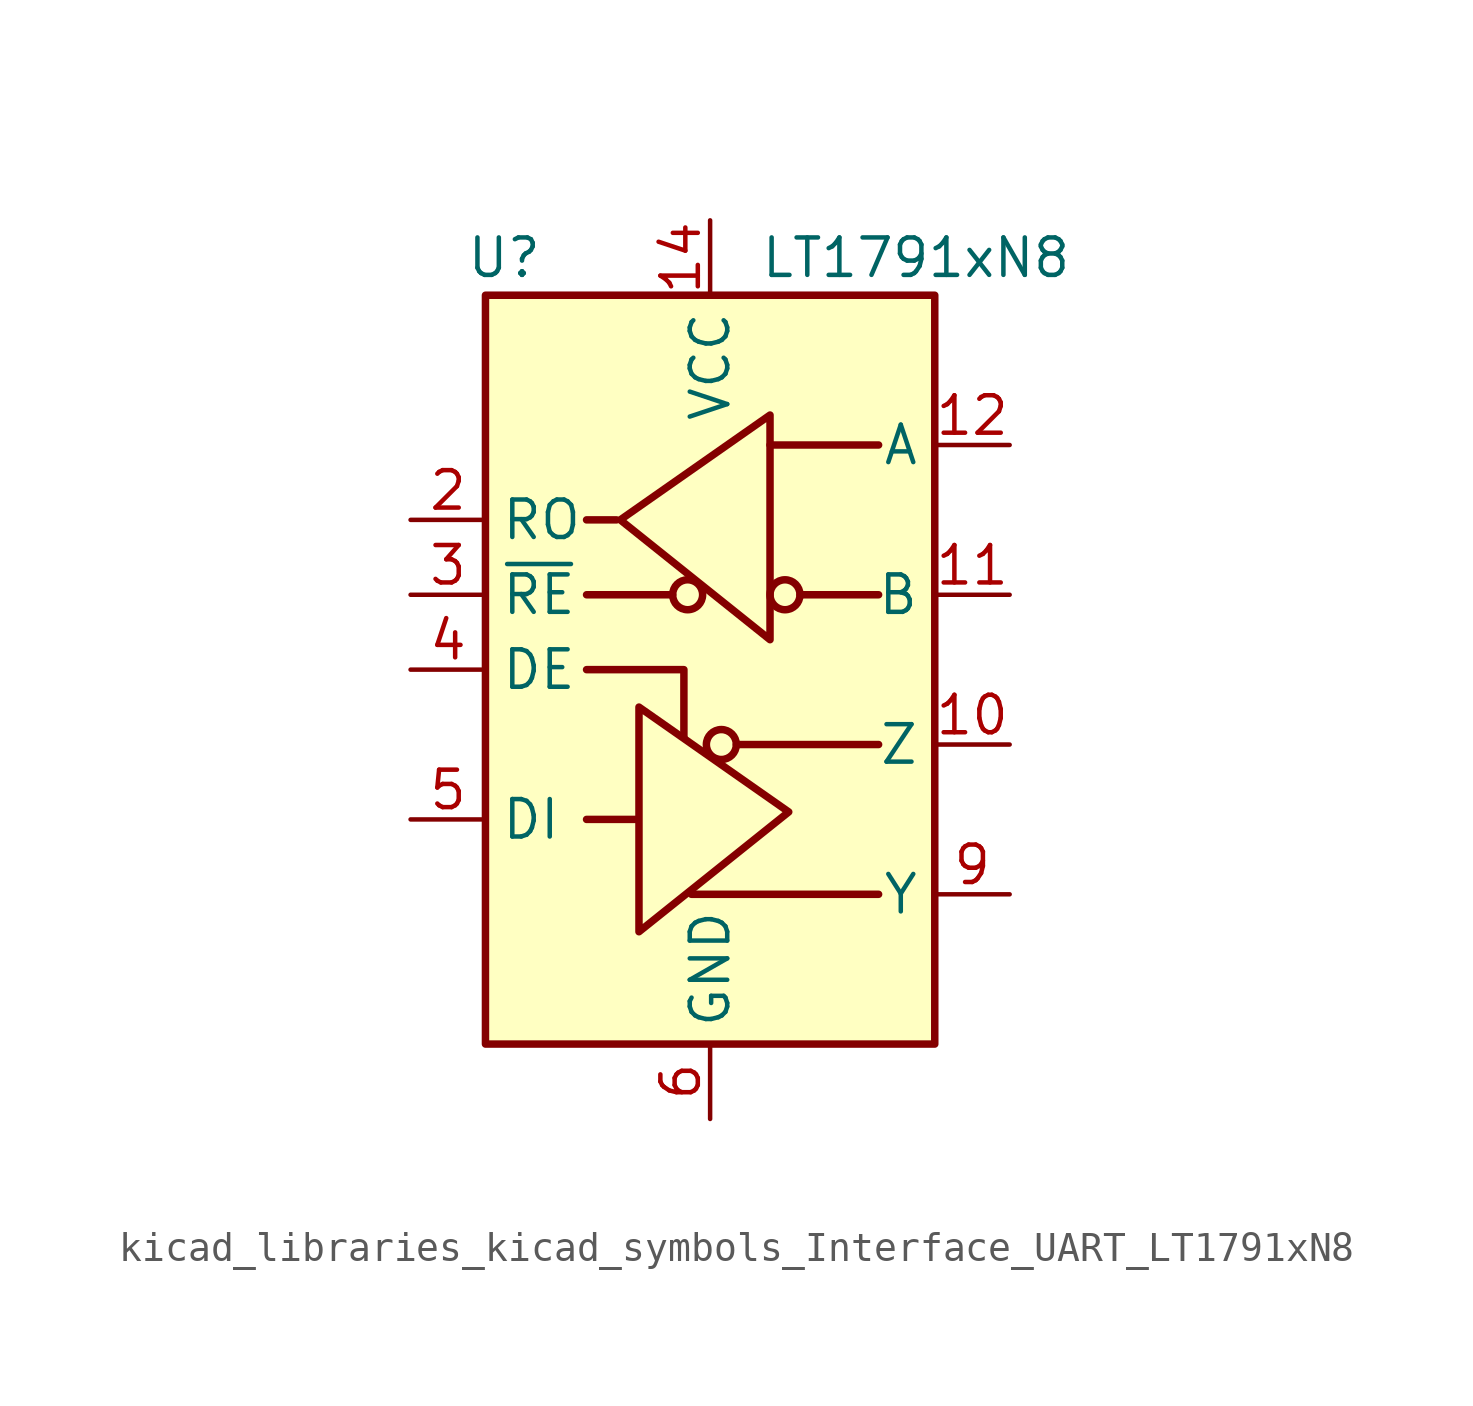
<source format=kicad_sym>
(kicad_symbol_lib
  (version 20220914)
  (generator kicad_symbol_editor)
  (symbol "kicad_libraries_kicad_symbols_Interface_UART_LT1791xN8"
    (property "Reference" "U"
      (at -6.985 13.97 0)
      (effects (font (size 1.27 1.27))))
    (property "Value" "LT1791xN8"
      (at 6.985 13.97 0)
      (effects (font (size 1.27 1.27))))
    (symbol "kicad_libraries_kicad_symbols_Interface_UART_LT1791xN8_0_1"
      (rectangle (start -7.62 12.7) (end 7.62 -12.7) (stroke (width 0.254) (type default)) (fill (type background))))
    (symbol "kicad_libraries_kicad_symbols_Interface_UART_LT1791xN8_1_1"
      (circle (center -0.762 2.54) (radius 0.508) (stroke (width 0.254) (type default)) (fill (type none)))
      (polyline (pts (xy -4.191 2.54) (xy -1.27 2.54)) (stroke (width 0.254) (type default)) (fill (type none)))
      (polyline (pts (xy -2.54 -5.08) (xy -4.191 -5.08)) (stroke (width 0.254) (type default)) (fill (type none)))
      (polyline (pts (xy -0.635 -7.62) (xy 5.715 -7.62)) (stroke (width 0.254) (type default)) (fill (type none)))
      (polyline (pts (xy 0.889 -2.54) (xy 5.715 -2.54)) (stroke (width 0.254) (type default)) (fill (type none)))
      (polyline (pts (xy 2.032 7.62) (xy 5.715 7.62)) (stroke (width 0.254) (type default)) (fill (type none)))
      (polyline (pts (xy 3.048 2.54) (xy 5.715 2.54)) (stroke (width 0.254) (type default)) (fill (type none)))
      (polyline (pts (xy -4.191 0) (xy -0.889 0) (xy -0.889 -2.286)) (stroke (width 0.254) (type default)) (fill (type none)))
      (polyline (pts (xy -3.175 5.08) (xy -4.191 5.08) (xy -4.064 5.08)) (stroke (width 0.254) (type default)) (fill (type none)))
      (polyline (pts (xy -2.413 -5.08) (xy -2.413 -1.27) (xy 2.667 -4.826) (xy -2.413 -8.89) (xy -2.413 -5.08)) (stroke (width 0.254) (type default)) (fill (type none)))
      (polyline (pts (xy 2.032 4.826) (xy 2.032 8.636) (xy -3.048 5.08) (xy 2.032 1.016) (xy 2.032 4.826)) (stroke (width 0.254) (type default)) (fill (type none)))
      (circle (center 0.381 -2.54) (radius 0.508) (stroke (width 0.254) (type default)) (fill (type none)))
      (circle (center 2.54 2.54) (radius 0.508) (stroke (width 0.254) (type default)) (fill (type none)))
      (pin no_connect line (at -7.62 -10.16 0) (length 2.54) hide (name "NC" (effects (font (size 1.27 1.27)))) (number "1" (effects (font (size 1.27 1.27)))))
      (pin output line (at 10.16 -2.54 180) (length 2.54) (name "Z" (effects (font (size 1.27 1.27)))) (number "10" (effects (font (size 1.27 1.27)))))
      (pin input line (at 10.16 2.54 180) (length 2.54) (name "B" (effects (font (size 1.27 1.27)))) (number "11" (effects (font (size 1.27 1.27)))))
      (pin input line (at 10.16 7.62 180) (length 2.54) (name "A" (effects (font (size 1.27 1.27)))) (number "12" (effects (font (size 1.27 1.27)))))
      (pin no_connect line (at -7.62 7.62 0) (length 2.54) hide (name "NC" (effects (font (size 1.27 1.27)))) (number "13" (effects (font (size 1.27 1.27)))))
      (pin power_in line (at 0 15.24 270) (length 2.54) (name "VCC" (effects (font (size 1.27 1.27)))) (number "14" (effects (font (size 1.27 1.27)))))
      (pin output line (at -10.16 5.08 0) (length 2.54) (name "RO" (effects (font (size 1.27 1.27)))) (number "2" (effects (font (size 1.27 1.27)))))
      (pin input line (at -10.16 2.54 0) (length 2.54) (name "~{RE}" (effects (font (size 1.27 1.27)))) (number "3" (effects (font (size 1.27 1.27)))))
      (pin input line (at -10.16 0 0) (length 2.54) (name "DE" (effects (font (size 1.27 1.27)))) (number "4" (effects (font (size 1.27 1.27)))))
      (pin input line (at -10.16 -5.08 0) (length 2.54) (name "DI" (effects (font (size 1.27 1.27)))) (number "5" (effects (font (size 1.27 1.27)))))
      (pin power_in line (at 0 -15.24 90) (length 2.54) (name "GND" (effects (font (size 1.27 1.27)))) (number "6" (effects (font (size 1.27 1.27)))))
      (pin passive line (at 0 -15.24 90) (length 2.54) hide (name "GND" (effects (font (size 1.27 1.27)))) (number "7" (effects (font (size 1.27 1.27)))))
      (pin no_connect line (at -7.62 -7.62 0) (length 2.54) hide (name "NC" (effects (font (size 1.27 1.27)))) (number "8" (effects (font (size 1.27 1.27)))))
      (pin output line (at 10.16 -7.62 180) (length 2.54) (name "Y" (effects (font (size 1.27 1.27)))) (number "9" (effects (font (size 1.27 1.27))))))))
</source>
